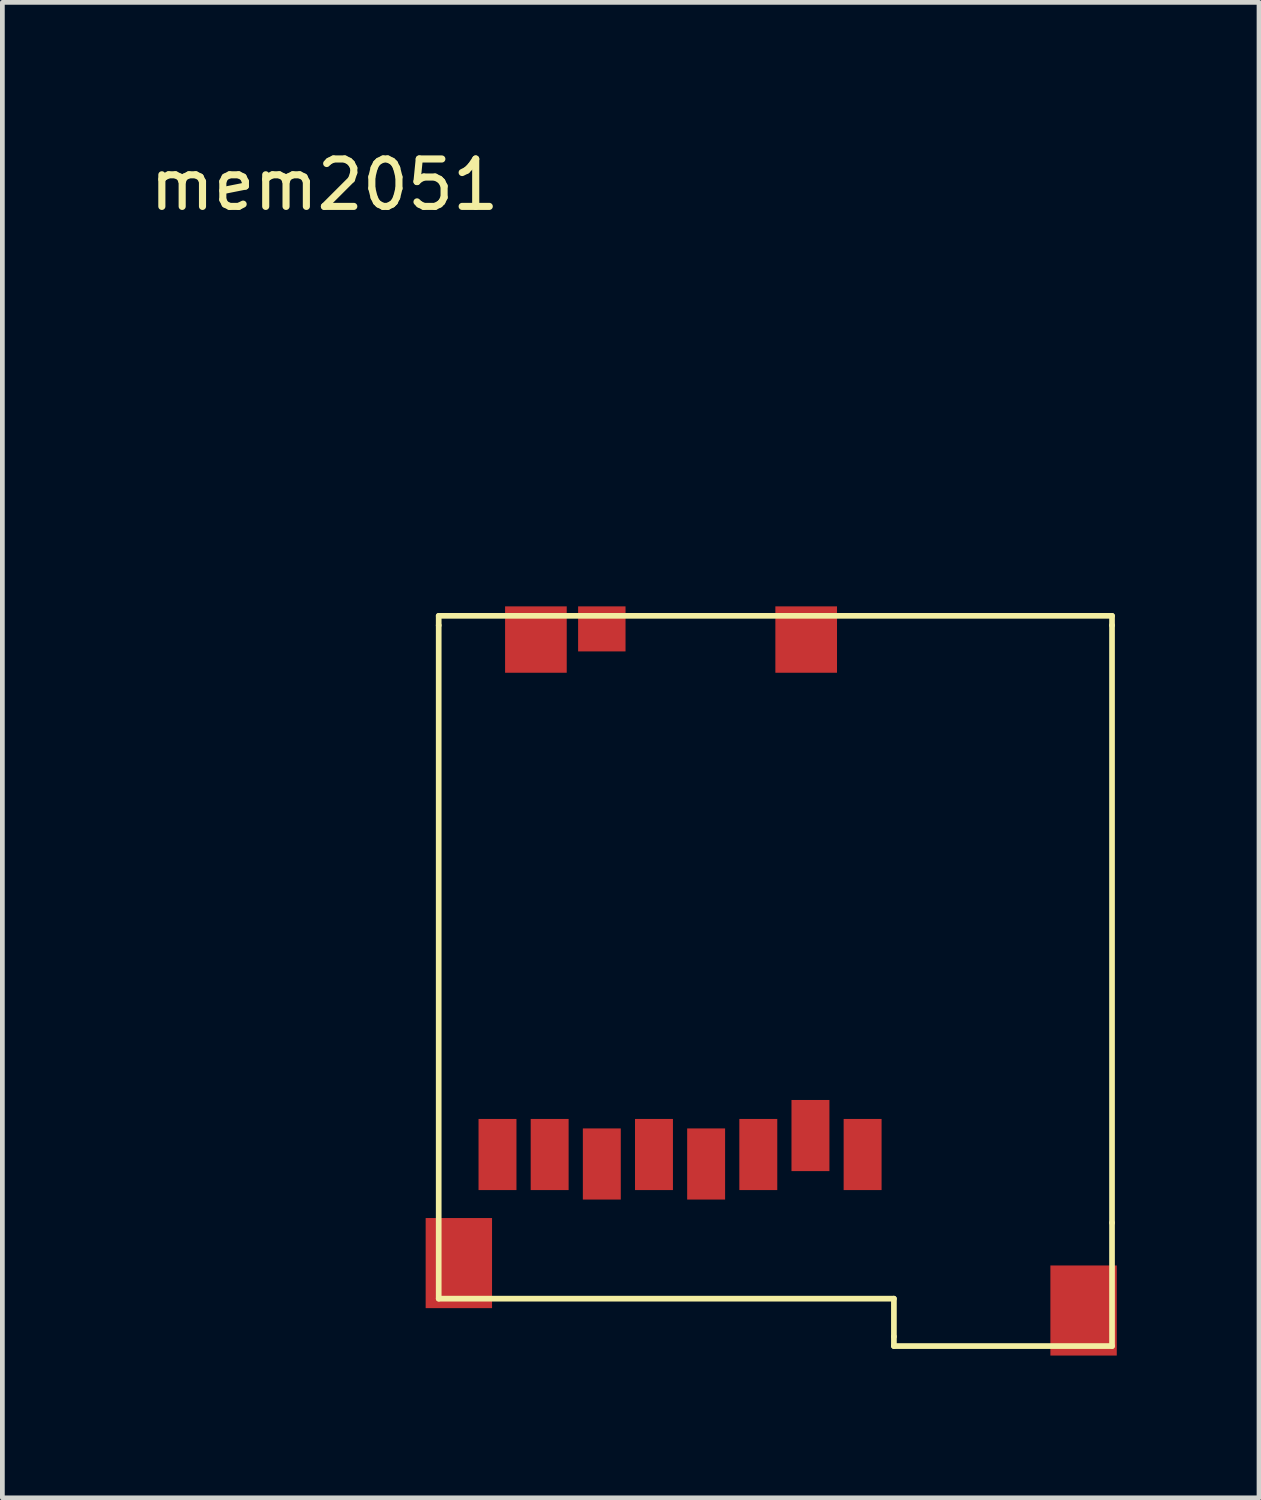
<source format=kicad_pcb>
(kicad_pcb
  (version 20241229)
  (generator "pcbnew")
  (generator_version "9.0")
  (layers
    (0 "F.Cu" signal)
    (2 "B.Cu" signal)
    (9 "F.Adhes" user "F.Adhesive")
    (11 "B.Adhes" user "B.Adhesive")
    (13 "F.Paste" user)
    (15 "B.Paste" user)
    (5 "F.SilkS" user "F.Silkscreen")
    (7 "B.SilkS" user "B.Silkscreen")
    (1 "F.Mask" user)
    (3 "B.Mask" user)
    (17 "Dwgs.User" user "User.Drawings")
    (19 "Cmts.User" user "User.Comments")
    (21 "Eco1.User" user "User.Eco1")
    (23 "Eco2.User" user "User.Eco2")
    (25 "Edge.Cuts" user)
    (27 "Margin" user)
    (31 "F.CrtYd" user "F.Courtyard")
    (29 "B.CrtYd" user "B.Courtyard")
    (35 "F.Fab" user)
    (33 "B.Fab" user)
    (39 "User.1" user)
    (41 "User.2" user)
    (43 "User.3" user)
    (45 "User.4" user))
  (footprint "mem2051"
    (layer "F.Cu")
    (at 7.602 9.738)
    (property "Reference" "mem2051" (at -3.81 -8.89 0) (layer "F.SilkS") (effects (font (size 1 1) (thickness 0.15))))
    (attr through_hole)
    (fp_line (start -1.4 0.2) (end -1.4 0.4) (stroke (width 0.12) (type solid)) (layer "F.SilkS"))
    (fp_line (start -1.4 0.4) (end -1.4 14.6) (stroke (width 0.12) (type solid)) (layer "F.SilkS"))
    (fp_line (start -1.4 14.6) (end 8.2 14.6) (stroke (width 0.12) (type solid)) (layer "F.SilkS"))
    (fp_line (start 8.2 14.6) (end 8.2 15.4) (stroke (width 0.12) (type solid)) (layer "F.SilkS"))
    (fp_line (start 8.2 15.4) (end 8.2 15.6) (stroke (width 0.12) (type solid)) (layer "F.SilkS"))
    (fp_line (start 8.2 15.6) (end 12.8 15.6) (stroke (width 0.12) (type solid)) (layer "F.SilkS"))
    (fp_line (start 12.8 0.2) (end -1.4 0.2) (stroke (width 0.12) (type solid)) (layer "F.SilkS"))
    (fp_line (start 12.8 0.4) (end 12.8 0.2) (stroke (width 0.12) (type solid)) (layer "F.SilkS"))
    (fp_line (start 12.8 13) (end 12.8 0.4) (stroke (width 0.12) (type solid)) (layer "F.SilkS"))
    (fp_line (start 12.8 15.6) (end 12.8 13) (stroke (width 0.12) (type solid)) (layer "F.SilkS"))
    (pad "1" smd rect (at 7.54 11.56) (size 0.8 1.5) (layers "F.Cu" "F.Mask" "F.Paste"))
    (pad "2" smd rect (at 6.44 11.16) (size 0.8 1.5) (layers "F.Cu" "F.Mask" "F.Paste"))
    (pad "3" smd rect (at 5.34 11.56) (size 0.8 1.5) (layers "F.Cu" "F.Mask" "F.Paste"))
    (pad "4" smd rect (at 4.24 11.76) (size 0.8 1.5) (layers "F.Cu" "F.Mask" "F.Paste"))
    (pad "5" smd rect (at 3.14 11.56) (size 0.8 1.5) (layers "F.Cu" "F.Mask" "F.Paste"))
    (pad "6" smd rect (at 2.04 11.76) (size 0.8 1.5) (layers "F.Cu" "F.Mask" "F.Paste"))
    (pad "7" smd rect (at 0.94 11.56) (size 0.8 1.5) (layers "F.Cu" "F.Mask" "F.Paste"))
    (pad "8" smd rect (at -0.16 11.56) (size 0.8 1.5) (layers "F.Cu" "F.Mask" "F.Paste"))
    (pad "9" smd rect (at -0.975 13.85) (size 1.4 1.9) (layers "F.Cu" "F.Mask" "F.Paste"))
    (pad "9" smd rect (at 0.65 0.7) (size 1.3 1.4) (layers "F.Cu" "F.Mask" "F.Paste"))
    (pad "9" smd rect (at 2.04 0.475) (size 1 0.95) (layers "F.Cu" "F.Mask" "F.Paste"))
    (pad "9" smd rect (at 6.35 0.7) (size 1.3 1.4) (layers "F.Cu" "F.Mask" "F.Paste"))
    (pad "9" smd rect (at 12.2 14.85) (size 1.4 1.9) (layers "F.Cu" "F.Mask" "F.Paste")))
  (gr_rect
    (start -3 -3)
    (end 23.502 28.538)
    (stroke (width 0.1) (type default))
    (fill no)
    (layer "Edge.Cuts")))
</source>
